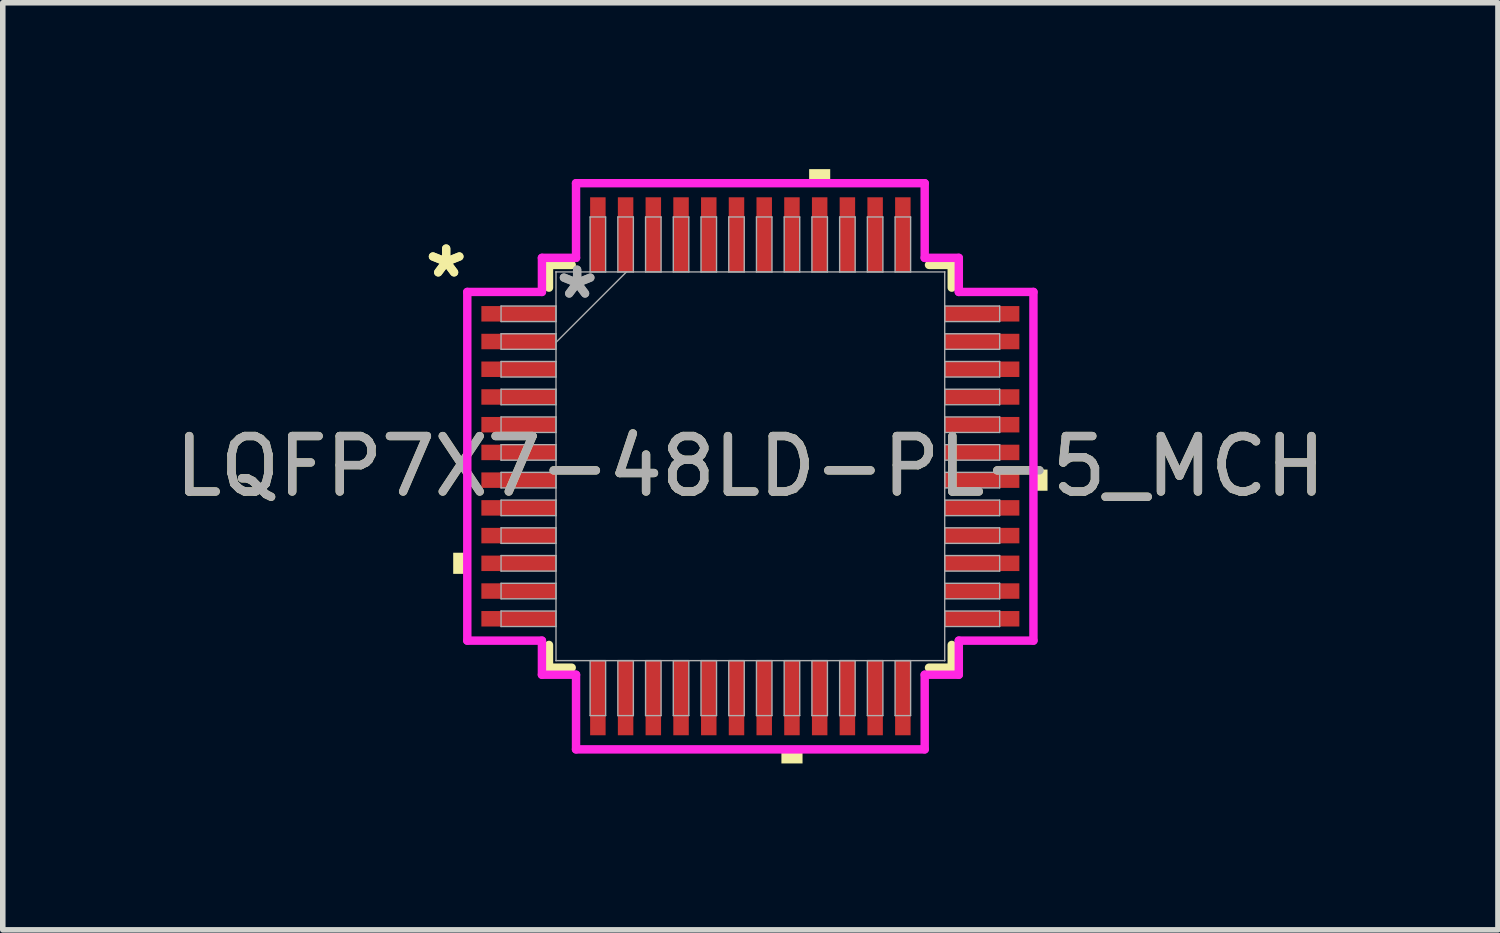
<source format=kicad_pcb>
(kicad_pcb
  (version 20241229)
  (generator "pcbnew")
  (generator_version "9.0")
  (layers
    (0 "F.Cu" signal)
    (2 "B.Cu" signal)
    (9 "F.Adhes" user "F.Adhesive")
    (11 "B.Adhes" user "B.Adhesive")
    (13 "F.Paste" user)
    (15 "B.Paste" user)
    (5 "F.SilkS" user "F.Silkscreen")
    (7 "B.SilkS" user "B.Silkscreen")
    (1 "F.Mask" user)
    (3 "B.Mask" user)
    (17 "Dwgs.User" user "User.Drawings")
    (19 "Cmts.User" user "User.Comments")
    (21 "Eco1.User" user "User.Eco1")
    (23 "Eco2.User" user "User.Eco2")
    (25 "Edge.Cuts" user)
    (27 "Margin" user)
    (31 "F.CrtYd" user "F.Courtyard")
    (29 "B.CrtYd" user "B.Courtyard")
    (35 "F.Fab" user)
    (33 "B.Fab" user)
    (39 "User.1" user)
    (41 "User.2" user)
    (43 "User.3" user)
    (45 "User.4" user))
  (footprint "LQFP7X7-48LD-PL-5_MCH"
    (layer "F.Cu")
    (at 10.482 5.359)
    (property "Reference" "LQFP7X7-48LD-PL-5_MCH" (at 0 0 0) (unlocked yes) (layer "F.SilkS") (effects (font (size 1 1) (thickness 0.15))))
    (attr smd)
    (fp_line (start -3.632 -3.632) (end -3.632 -3.222) (stroke (width 0.152) (type solid)) (layer "F.SilkS"))
    (fp_line (start -3.632 3.222) (end -3.632 3.632) (stroke (width 0.152) (type solid)) (layer "F.SilkS"))
    (fp_line (start -3.632 3.632) (end -3.222 3.632) (stroke (width 0.152) (type solid)) (layer "F.SilkS"))
    (fp_line (start -3.222 -3.632) (end -3.632 -3.632) (stroke (width 0.152) (type solid)) (layer "F.SilkS"))
    (fp_line (start 3.222 3.632) (end 3.632 3.632) (stroke (width 0.152) (type solid)) (layer "F.SilkS"))
    (fp_line (start 3.632 -3.632) (end 3.222 -3.632) (stroke (width 0.152) (type solid)) (layer "F.SilkS"))
    (fp_line (start 3.632 -3.222) (end 3.632 -3.632) (stroke (width 0.152) (type solid)) (layer "F.SilkS"))
    (fp_line (start 3.632 3.632) (end 3.632 3.222) (stroke (width 0.152) (type solid)) (layer "F.SilkS"))
    (fp_poly (pts (xy -5.359 1.559) (xy -5.359 1.94) (xy -5.105 1.94) (xy -5.105 1.559)) (stroke (width 0) (type solid)) (fill yes) (layer "F.SilkS"))
    (fp_poly (pts (xy 0.56 5.105) (xy 0.56 5.359) (xy 0.941 5.359) (xy 0.941 5.105)) (stroke (width 0) (type solid)) (fill yes) (layer "F.SilkS"))
    (fp_poly (pts (xy 1.06 -5.105) (xy 1.06 -5.359) (xy 1.44 -5.359) (xy 1.44 -5.105)) (stroke (width 0) (type solid)) (fill yes) (layer "F.SilkS"))
    (fp_poly (pts (xy 5.359 0.059) (xy 5.359 0.441) (xy 5.105 0.441) (xy 5.105 0.059)) (stroke (width 0) (type solid)) (fill yes) (layer "F.SilkS"))
    (fp_line (start -5.105 -3.144) (end -3.759 -3.144) (stroke (width 0.152) (type solid)) (layer "F.CrtYd"))
    (fp_line (start -5.105 3.144) (end -5.105 -3.144) (stroke (width 0.152) (type solid)) (layer "F.CrtYd"))
    (fp_line (start -3.759 -3.759) (end -3.144 -3.759) (stroke (width 0.152) (type solid)) (layer "F.CrtYd"))
    (fp_line (start -3.759 -3.144) (end -3.759 -3.759) (stroke (width 0.152) (type solid)) (layer "F.CrtYd"))
    (fp_line (start -3.759 3.144) (end -5.105 3.144) (stroke (width 0.152) (type solid)) (layer "F.CrtYd"))
    (fp_line (start -3.759 3.759) (end -3.759 3.144) (stroke (width 0.152) (type solid)) (layer "F.CrtYd"))
    (fp_line (start -3.759 3.759) (end -3.144 3.759) (stroke (width 0.152) (type solid)) (layer "F.CrtYd"))
    (fp_line (start -3.144 -5.105) (end 3.144 -5.105) (stroke (width 0.152) (type solid)) (layer "F.CrtYd"))
    (fp_line (start -3.144 -3.759) (end -3.144 -5.105) (stroke (width 0.152) (type solid)) (layer "F.CrtYd"))
    (fp_line (start -3.144 3.759) (end -3.144 5.105) (stroke (width 0.152) (type solid)) (layer "F.CrtYd"))
    (fp_line (start -3.144 5.105) (end 3.144 5.105) (stroke (width 0.152) (type solid)) (layer "F.CrtYd"))
    (fp_line (start 3.144 -5.105) (end 3.144 -3.759) (stroke (width 0.152) (type solid)) (layer "F.CrtYd"))
    (fp_line (start 3.144 -3.759) (end 3.759 -3.759) (stroke (width 0.152) (type solid)) (layer "F.CrtYd"))
    (fp_line (start 3.144 3.759) (end 3.759 3.759) (stroke (width 0.152) (type solid)) (layer "F.CrtYd"))
    (fp_line (start 3.144 5.105) (end 3.144 3.759) (stroke (width 0.152) (type solid)) (layer "F.CrtYd"))
    (fp_line (start 3.759 -3.144) (end 3.759 -3.759) (stroke (width 0.152) (type solid)) (layer "F.CrtYd"))
    (fp_line (start 3.759 3.144) (end 5.105 3.144) (stroke (width 0.152) (type solid)) (layer "F.CrtYd"))
    (fp_line (start 3.759 3.759) (end 3.759 3.144) (stroke (width 0.152) (type solid)) (layer "F.CrtYd"))
    (fp_line (start 5.105 -3.144) (end 3.759 -3.144) (stroke (width 0.152) (type solid)) (layer "F.CrtYd"))
    (fp_line (start 5.105 3.144) (end 5.105 -3.144) (stroke (width 0.152) (type solid)) (layer "F.CrtYd"))
    (fp_line (start -4.496 -2.89) (end -4.496 -2.61) (stroke (width 0.025) (type solid)) (layer "F.Fab"))
    (fp_line (start -4.496 -2.61) (end -3.505 -2.61) (stroke (width 0.025) (type solid)) (layer "F.Fab"))
    (fp_line (start -4.496 -2.39) (end -4.496 -2.11) (stroke (width 0.025) (type solid)) (layer "F.Fab"))
    (fp_line (start -4.496 -2.11) (end -3.505 -2.11) (stroke (width 0.025) (type solid)) (layer "F.Fab"))
    (fp_line (start -4.496 -1.89) (end -4.496 -1.61) (stroke (width 0.025) (type solid)) (layer "F.Fab"))
    (fp_line (start -4.496 -1.61) (end -3.505 -1.61) (stroke (width 0.025) (type solid)) (layer "F.Fab"))
    (fp_line (start -4.496 -1.39) (end -4.496 -1.11) (stroke (width 0.025) (type solid)) (layer "F.Fab"))
    (fp_line (start -4.496 -1.11) (end -3.505 -1.11) (stroke (width 0.025) (type solid)) (layer "F.Fab"))
    (fp_line (start -4.496 -0.89) (end -4.496 -0.61) (stroke (width 0.025) (type solid)) (layer "F.Fab"))
    (fp_line (start -4.496 -0.61) (end -3.505 -0.61) (stroke (width 0.025) (type solid)) (layer "F.Fab"))
    (fp_line (start -4.496 -0.39) (end -4.496 -0.11) (stroke (width 0.025) (type solid)) (layer "F.Fab"))
    (fp_line (start -4.496 -0.11) (end -3.505 -0.11) (stroke (width 0.025) (type solid)) (layer "F.Fab"))
    (fp_line (start -4.496 0.11) (end -4.496 0.39) (stroke (width 0.025) (type solid)) (layer "F.Fab"))
    (fp_line (start -4.496 0.39) (end -3.505 0.39) (stroke (width 0.025) (type solid)) (layer "F.Fab"))
    (fp_line (start -4.496 0.61) (end -4.496 0.89) (stroke (width 0.025) (type solid)) (layer "F.Fab"))
    (fp_line (start -4.496 0.89) (end -3.505 0.89) (stroke (width 0.025) (type solid)) (layer "F.Fab"))
    (fp_line (start -4.496 1.11) (end -4.496 1.39) (stroke (width 0.025) (type solid)) (layer "F.Fab"))
    (fp_line (start -4.496 1.39) (end -3.505 1.39) (stroke (width 0.025) (type solid)) (layer "F.Fab"))
    (fp_line (start -4.496 1.61) (end -4.496 1.89) (stroke (width 0.025) (type solid)) (layer "F.Fab"))
    (fp_line (start -4.496 1.89) (end -3.505 1.89) (stroke (width 0.025) (type solid)) (layer "F.Fab"))
    (fp_line (start -4.496 2.11) (end -4.496 2.39) (stroke (width 0.025) (type solid)) (layer "F.Fab"))
    (fp_line (start -4.496 2.39) (end -3.505 2.39) (stroke (width 0.025) (type solid)) (layer "F.Fab"))
    (fp_line (start -4.496 2.61) (end -4.496 2.89) (stroke (width 0.025) (type solid)) (layer "F.Fab"))
    (fp_line (start -4.496 2.89) (end -3.505 2.89) (stroke (width 0.025) (type solid)) (layer "F.Fab"))
    (fp_line (start -3.505 -3.505) (end -3.505 -3.505) (stroke (width 0.025) (type solid)) (layer "F.Fab"))
    (fp_line (start -3.505 -3.505) (end -3.505 3.505) (stroke (width 0.025) (type solid)) (layer "F.Fab"))
    (fp_line (start -3.505 -2.89) (end -4.496 -2.89) (stroke (width 0.025) (type solid)) (layer "F.Fab"))
    (fp_line (start -3.505 -2.61) (end -3.505 -2.89) (stroke (width 0.025) (type solid)) (layer "F.Fab"))
    (fp_line (start -3.505 -2.39) (end -4.496 -2.39) (stroke (width 0.025) (type solid)) (layer "F.Fab"))
    (fp_line (start -3.505 -2.235) (end -2.235 -3.505) (stroke (width 0.025) (type solid)) (layer "F.Fab"))
    (fp_line (start -3.505 -2.11) (end -3.505 -2.39) (stroke (width 0.025) (type solid)) (layer "F.Fab"))
    (fp_line (start -3.505 -1.89) (end -4.496 -1.89) (stroke (width 0.025) (type solid)) (layer "F.Fab"))
    (fp_line (start -3.505 -1.61) (end -3.505 -1.89) (stroke (width 0.025) (type solid)) (layer "F.Fab"))
    (fp_line (start -3.505 -1.39) (end -4.496 -1.39) (stroke (width 0.025) (type solid)) (layer "F.Fab"))
    (fp_line (start -3.505 -1.11) (end -3.505 -1.39) (stroke (width 0.025) (type solid)) (layer "F.Fab"))
    (fp_line (start -3.505 -0.89) (end -4.496 -0.89) (stroke (width 0.025) (type solid)) (layer "F.Fab"))
    (fp_line (start -3.505 -0.61) (end -3.505 -0.89) (stroke (width 0.025) (type solid)) (layer "F.Fab"))
    (fp_line (start -3.505 -0.39) (end -4.496 -0.39) (stroke (width 0.025) (type solid)) (layer "F.Fab"))
    (fp_line (start -3.505 -0.11) (end -3.505 -0.39) (stroke (width 0.025) (type solid)) (layer "F.Fab"))
    (fp_line (start -3.505 0.11) (end -4.496 0.11) (stroke (width 0.025) (type solid)) (layer "F.Fab"))
    (fp_line (start -3.505 0.39) (end -3.505 0.11) (stroke (width 0.025) (type solid)) (layer "F.Fab"))
    (fp_line (start -3.505 0.61) (end -4.496 0.61) (stroke (width 0.025) (type solid)) (layer "F.Fab"))
    (fp_line (start -3.505 0.89) (end -3.505 0.61) (stroke (width 0.025) (type solid)) (layer "F.Fab"))
    (fp_line (start -3.505 1.11) (end -4.496 1.11) (stroke (width 0.025) (type solid)) (layer "F.Fab"))
    (fp_line (start -3.505 1.39) (end -3.505 1.11) (stroke (width 0.025) (type solid)) (layer "F.Fab"))
    (fp_line (start -3.505 1.61) (end -4.496 1.61) (stroke (width 0.025) (type solid)) (layer "F.Fab"))
    (fp_line (start -3.505 1.89) (end -3.505 1.61) (stroke (width 0.025) (type solid)) (layer "F.Fab"))
    (fp_line (start -3.505 2.11) (end -4.496 2.11) (stroke (width 0.025) (type solid)) (layer "F.Fab"))
    (fp_line (start -3.505 2.39) (end -3.505 2.11) (stroke (width 0.025) (type solid)) (layer "F.Fab"))
    (fp_line (start -3.505 2.61) (end -4.496 2.61) (stroke (width 0.025) (type solid)) (layer "F.Fab"))
    (fp_line (start -3.505 2.89) (end -3.505 2.61) (stroke (width 0.025) (type solid)) (layer "F.Fab"))
    (fp_line (start -3.505 3.505) (end -3.505 3.505) (stroke (width 0.025) (type solid)) (layer "F.Fab"))
    (fp_line (start -3.505 3.505) (end 3.505 3.505) (stroke (width 0.025) (type solid)) (layer "F.Fab"))
    (fp_line (start -2.89 -4.496) (end -2.89 -3.505) (stroke (width 0.025) (type solid)) (layer "F.Fab"))
    (fp_line (start -2.89 -3.505) (end -2.61 -3.505) (stroke (width 0.025) (type solid)) (layer "F.Fab"))
    (fp_line (start -2.89 3.505) (end -2.89 4.496) (stroke (width 0.025) (type solid)) (layer "F.Fab"))
    (fp_line (start -2.89 4.496) (end -2.61 4.496) (stroke (width 0.025) (type solid)) (layer "F.Fab"))
    (fp_line (start -2.61 -4.496) (end -2.89 -4.496) (stroke (width 0.025) (type solid)) (layer "F.Fab"))
    (fp_line (start -2.61 -3.505) (end -2.61 -4.496) (stroke (width 0.025) (type solid)) (layer "F.Fab"))
    (fp_line (start -2.61 3.505) (end -2.89 3.505) (stroke (width 0.025) (type solid)) (layer "F.Fab"))
    (fp_line (start -2.61 4.496) (end -2.61 3.505) (stroke (width 0.025) (type solid)) (layer "F.Fab"))
    (fp_line (start -2.39 -4.496) (end -2.39 -3.505) (stroke (width 0.025) (type solid)) (layer "F.Fab"))
    (fp_line (start -2.39 -3.505) (end -2.11 -3.505) (stroke (width 0.025) (type solid)) (layer "F.Fab"))
    (fp_line (start -2.39 3.505) (end -2.39 4.496) (stroke (width 0.025) (type solid)) (layer "F.Fab"))
    (fp_line (start -2.39 4.496) (end -2.11 4.496) (stroke (width 0.025) (type solid)) (layer "F.Fab"))
    (fp_line (start -2.11 -4.496) (end -2.39 -4.496) (stroke (width 0.025) (type solid)) (layer "F.Fab"))
    (fp_line (start -2.11 -3.505) (end -2.11 -4.496) (stroke (width 0.025) (type solid)) (layer "F.Fab"))
    (fp_line (start -2.11 3.505) (end -2.39 3.505) (stroke (width 0.025) (type solid)) (layer "F.Fab"))
    (fp_line (start -2.11 4.496) (end -2.11 3.505) (stroke (width 0.025) (type solid)) (layer "F.Fab"))
    (fp_line (start -1.89 -4.496) (end -1.89 -3.505) (stroke (width 0.025) (type solid)) (layer "F.Fab"))
    (fp_line (start -1.89 -3.505) (end -1.61 -3.505) (stroke (width 0.025) (type solid)) (layer "F.Fab"))
    (fp_line (start -1.89 3.505) (end -1.89 4.496) (stroke (width 0.025) (type solid)) (layer "F.Fab"))
    (fp_line (start -1.89 4.496) (end -1.61 4.496) (stroke (width 0.025) (type solid)) (layer "F.Fab"))
    (fp_line (start -1.61 -4.496) (end -1.89 -4.496) (stroke (width 0.025) (type solid)) (layer "F.Fab"))
    (fp_line (start -1.61 -3.505) (end -1.61 -4.496) (stroke (width 0.025) (type solid)) (layer "F.Fab"))
    (fp_line (start -1.61 3.505) (end -1.89 3.505) (stroke (width 0.025) (type solid)) (layer "F.Fab"))
    (fp_line (start -1.61 4.496) (end -1.61 3.505) (stroke (width 0.025) (type solid)) (layer "F.Fab"))
    (fp_line (start -1.39 -4.496) (end -1.39 -3.505) (stroke (width 0.025) (type solid)) (layer "F.Fab"))
    (fp_line (start -1.39 -3.505) (end -1.11 -3.505) (stroke (width 0.025) (type solid)) (layer "F.Fab"))
    (fp_line (start -1.39 3.505) (end -1.39 4.496) (stroke (width 0.025) (type solid)) (layer "F.Fab"))
    (fp_line (start -1.39 4.496) (end -1.11 4.496) (stroke (width 0.025) (type solid)) (layer "F.Fab"))
    (fp_line (start -1.11 -4.496) (end -1.39 -4.496) (stroke (width 0.025) (type solid)) (layer "F.Fab"))
    (fp_line (start -1.11 -3.505) (end -1.11 -4.496) (stroke (width 0.025) (type solid)) (layer "F.Fab"))
    (fp_line (start -1.11 3.505) (end -1.39 3.505) (stroke (width 0.025) (type solid)) (layer "F.Fab"))
    (fp_line (start -1.11 4.496) (end -1.11 3.505) (stroke (width 0.025) (type solid)) (layer "F.Fab"))
    (fp_line (start -0.89 -4.496) (end -0.89 -3.505) (stroke (width 0.025) (type solid)) (layer "F.Fab"))
    (fp_line (start -0.89 -3.505) (end -0.61 -3.505) (stroke (width 0.025) (type solid)) (layer "F.Fab"))
    (fp_line (start -0.89 3.505) (end -0.89 4.496) (stroke (width 0.025) (type solid)) (layer "F.Fab"))
    (fp_line (start -0.89 4.496) (end -0.61 4.496) (stroke (width 0.025) (type solid)) (layer "F.Fab"))
    (fp_line (start -0.61 -4.496) (end -0.89 -4.496) (stroke (width 0.025) (type solid)) (layer "F.Fab"))
    (fp_line (start -0.61 -3.505) (end -0.61 -4.496) (stroke (width 0.025) (type solid)) (layer "F.Fab"))
    (fp_line (start -0.61 3.505) (end -0.89 3.505) (stroke (width 0.025) (type solid)) (layer "F.Fab"))
    (fp_line (start -0.61 4.496) (end -0.61 3.505) (stroke (width 0.025) (type solid)) (layer "F.Fab"))
    (fp_line (start -0.39 -4.496) (end -0.39 -3.505) (stroke (width 0.025) (type solid)) (layer "F.Fab"))
    (fp_line (start -0.39 -3.505) (end -0.11 -3.505) (stroke (width 0.025) (type solid)) (layer "F.Fab"))
    (fp_line (start -0.39 3.505) (end -0.39 4.496) (stroke (width 0.025) (type solid)) (layer "F.Fab"))
    (fp_line (start -0.39 4.496) (end -0.11 4.496) (stroke (width 0.025) (type solid)) (layer "F.Fab"))
    (fp_line (start -0.11 -4.496) (end -0.39 -4.496) (stroke (width 0.025) (type solid)) (layer "F.Fab"))
    (fp_line (start -0.11 -3.505) (end -0.11 -4.496) (stroke (width 0.025) (type solid)) (layer "F.Fab"))
    (fp_line (start -0.11 3.505) (end -0.39 3.505) (stroke (width 0.025) (type solid)) (layer "F.Fab"))
    (fp_line (start -0.11 4.496) (end -0.11 3.505) (stroke (width 0.025) (type solid)) (layer "F.Fab"))
    (fp_line (start 0.11 -4.496) (end 0.11 -3.505) (stroke (width 0.025) (type solid)) (layer "F.Fab"))
    (fp_line (start 0.11 -3.505) (end 0.39 -3.505) (stroke (width 0.025) (type solid)) (layer "F.Fab"))
    (fp_line (start 0.11 3.505) (end 0.11 4.496) (stroke (width 0.025) (type solid)) (layer "F.Fab"))
    (fp_line (start 0.11 4.496) (end 0.39 4.496) (stroke (width 0.025) (type solid)) (layer "F.Fab"))
    (fp_line (start 0.39 -4.496) (end 0.11 -4.496) (stroke (width 0.025) (type solid)) (layer "F.Fab"))
    (fp_line (start 0.39 -3.505) (end 0.39 -4.496) (stroke (width 0.025) (type solid)) (layer "F.Fab"))
    (fp_line (start 0.39 3.505) (end 0.11 3.505) (stroke (width 0.025) (type solid)) (layer "F.Fab"))
    (fp_line (start 0.39 4.496) (end 0.39 3.505) (stroke (width 0.025) (type solid)) (layer "F.Fab"))
    (fp_line (start 0.61 -4.496) (end 0.61 -3.505) (stroke (width 0.025) (type solid)) (layer "F.Fab"))
    (fp_line (start 0.61 -3.505) (end 0.89 -3.505) (stroke (width 0.025) (type solid)) (layer "F.Fab"))
    (fp_line (start 0.61 3.505) (end 0.61 4.496) (stroke (width 0.025) (type solid)) (layer "F.Fab"))
    (fp_line (start 0.61 4.496) (end 0.89 4.496) (stroke (width 0.025) (type solid)) (layer "F.Fab"))
    (fp_line (start 0.89 -4.496) (end 0.61 -4.496) (stroke (width 0.025) (type solid)) (layer "F.Fab"))
    (fp_line (start 0.89 -3.505) (end 0.89 -4.496) (stroke (width 0.025) (type solid)) (layer "F.Fab"))
    (fp_line (start 0.89 3.505) (end 0.61 3.505) (stroke (width 0.025) (type solid)) (layer "F.Fab"))
    (fp_line (start 0.89 4.496) (end 0.89 3.505) (stroke (width 0.025) (type solid)) (layer "F.Fab"))
    (fp_line (start 1.11 -4.496) (end 1.11 -3.505) (stroke (width 0.025) (type solid)) (layer "F.Fab"))
    (fp_line (start 1.11 -3.505) (end 1.39 -3.505) (stroke (width 0.025) (type solid)) (layer "F.Fab"))
    (fp_line (start 1.11 3.505) (end 1.11 4.496) (stroke (width 0.025) (type solid)) (layer "F.Fab"))
    (fp_line (start 1.11 4.496) (end 1.39 4.496) (stroke (width 0.025) (type solid)) (layer "F.Fab"))
    (fp_line (start 1.39 -4.496) (end 1.11 -4.496) (stroke (width 0.025) (type solid)) (layer "F.Fab"))
    (fp_line (start 1.39 -3.505) (end 1.39 -4.496) (stroke (width 0.025) (type solid)) (layer "F.Fab"))
    (fp_line (start 1.39 3.505) (end 1.11 3.505) (stroke (width 0.025) (type solid)) (layer "F.Fab"))
    (fp_line (start 1.39 4.496) (end 1.39 3.505) (stroke (width 0.025) (type solid)) (layer "F.Fab"))
    (fp_line (start 1.61 -4.496) (end 1.61 -3.505) (stroke (width 0.025) (type solid)) (layer "F.Fab"))
    (fp_line (start 1.61 -3.505) (end 1.89 -3.505) (stroke (width 0.025) (type solid)) (layer "F.Fab"))
    (fp_line (start 1.61 3.505) (end 1.61 4.496) (stroke (width 0.025) (type solid)) (layer "F.Fab"))
    (fp_line (start 1.61 4.496) (end 1.89 4.496) (stroke (width 0.025) (type solid)) (layer "F.Fab"))
    (fp_line (start 1.89 -4.496) (end 1.61 -4.496) (stroke (width 0.025) (type solid)) (layer "F.Fab"))
    (fp_line (start 1.89 -3.505) (end 1.89 -4.496) (stroke (width 0.025) (type solid)) (layer "F.Fab"))
    (fp_line (start 1.89 3.505) (end 1.61 3.505) (stroke (width 0.025) (type solid)) (layer "F.Fab"))
    (fp_line (start 1.89 4.496) (end 1.89 3.505) (stroke (width 0.025) (type solid)) (layer "F.Fab"))
    (fp_line (start 2.11 -4.496) (end 2.11 -3.505) (stroke (width 0.025) (type solid)) (layer "F.Fab"))
    (fp_line (start 2.11 -3.505) (end 2.39 -3.505) (stroke (width 0.025) (type solid)) (layer "F.Fab"))
    (fp_line (start 2.11 3.505) (end 2.11 4.496) (stroke (width 0.025) (type solid)) (layer "F.Fab"))
    (fp_line (start 2.11 4.496) (end 2.39 4.496) (stroke (width 0.025) (type solid)) (layer "F.Fab"))
    (fp_line (start 2.39 -4.496) (end 2.11 -4.496) (stroke (width 0.025) (type solid)) (layer "F.Fab"))
    (fp_line (start 2.39 -3.505) (end 2.39 -4.496) (stroke (width 0.025) (type solid)) (layer "F.Fab"))
    (fp_line (start 2.39 3.505) (end 2.11 3.505) (stroke (width 0.025) (type solid)) (layer "F.Fab"))
    (fp_line (start 2.39 4.496) (end 2.39 3.505) (stroke (width 0.025) (type solid)) (layer "F.Fab"))
    (fp_line (start 2.61 -4.496) (end 2.61 -3.505) (stroke (width 0.025) (type solid)) (layer "F.Fab"))
    (fp_line (start 2.61 -3.505) (end 2.89 -3.505) (stroke (width 0.025) (type solid)) (layer "F.Fab"))
    (fp_line (start 2.61 3.505) (end 2.61 4.496) (stroke (width 0.025) (type solid)) (layer "F.Fab"))
    (fp_line (start 2.61 4.496) (end 2.89 4.496) (stroke (width 0.025) (type solid)) (layer "F.Fab"))
    (fp_line (start 2.89 -4.496) (end 2.61 -4.496) (stroke (width 0.025) (type solid)) (layer "F.Fab"))
    (fp_line (start 2.89 -3.505) (end 2.89 -4.496) (stroke (width 0.025) (type solid)) (layer "F.Fab"))
    (fp_line (start 2.89 3.505) (end 2.61 3.505) (stroke (width 0.025) (type solid)) (layer "F.Fab"))
    (fp_line (start 2.89 4.496) (end 2.89 3.505) (stroke (width 0.025) (type solid)) (layer "F.Fab"))
    (fp_line (start 3.505 -3.505) (end -3.505 -3.505) (stroke (width 0.025) (type solid)) (layer "F.Fab"))
    (fp_line (start 3.505 -3.505) (end 3.505 -3.505) (stroke (width 0.025) (type solid)) (layer "F.Fab"))
    (fp_line (start 3.505 -2.89) (end 3.505 -2.61) (stroke (width 0.025) (type solid)) (layer "F.Fab"))
    (fp_line (start 3.505 -2.61) (end 4.496 -2.61) (stroke (width 0.025) (type solid)) (layer "F.Fab"))
    (fp_line (start 3.505 -2.39) (end 3.505 -2.11) (stroke (width 0.025) (type solid)) (layer "F.Fab"))
    (fp_line (start 3.505 -2.11) (end 4.496 -2.11) (stroke (width 0.025) (type solid)) (layer "F.Fab"))
    (fp_line (start 3.505 -1.89) (end 3.505 -1.61) (stroke (width 0.025) (type solid)) (layer "F.Fab"))
    (fp_line (start 3.505 -1.61) (end 4.496 -1.61) (stroke (width 0.025) (type solid)) (layer "F.Fab"))
    (fp_line (start 3.505 -1.39) (end 3.505 -1.11) (stroke (width 0.025) (type solid)) (layer "F.Fab"))
    (fp_line (start 3.505 -1.11) (end 4.496 -1.11) (stroke (width 0.025) (type solid)) (layer "F.Fab"))
    (fp_line (start 3.505 -0.89) (end 3.505 -0.61) (stroke (width 0.025) (type solid)) (layer "F.Fab"))
    (fp_line (start 3.505 -0.61) (end 4.496 -0.61) (stroke (width 0.025) (type solid)) (layer "F.Fab"))
    (fp_line (start 3.505 -0.39) (end 3.505 -0.11) (stroke (width 0.025) (type solid)) (layer "F.Fab"))
    (fp_line (start 3.505 -0.11) (end 4.496 -0.11) (stroke (width 0.025) (type solid)) (layer "F.Fab"))
    (fp_line (start 3.505 0.11) (end 3.505 0.39) (stroke (width 0.025) (type solid)) (layer "F.Fab"))
    (fp_line (start 3.505 0.39) (end 4.496 0.39) (stroke (width 0.025) (type solid)) (layer "F.Fab"))
    (fp_line (start 3.505 0.61) (end 3.505 0.89) (stroke (width 0.025) (type solid)) (layer "F.Fab"))
    (fp_line (start 3.505 0.89) (end 4.496 0.89) (stroke (width 0.025) (type solid)) (layer "F.Fab"))
    (fp_line (start 3.505 1.11) (end 3.505 1.39) (stroke (width 0.025) (type solid)) (layer "F.Fab"))
    (fp_line (start 3.505 1.39) (end 4.496 1.39) (stroke (width 0.025) (type solid)) (layer "F.Fab"))
    (fp_line (start 3.505 1.61) (end 3.505 1.89) (stroke (width 0.025) (type solid)) (layer "F.Fab"))
    (fp_line (start 3.505 1.89) (end 4.496 1.89) (stroke (width 0.025) (type solid)) (layer "F.Fab"))
    (fp_line (start 3.505 2.11) (end 3.505 2.39) (stroke (width 0.025) (type solid)) (layer "F.Fab"))
    (fp_line (start 3.505 2.39) (end 4.496 2.39) (stroke (width 0.025) (type solid)) (layer "F.Fab"))
    (fp_line (start 3.505 2.61) (end 3.505 2.89) (stroke (width 0.025) (type solid)) (layer "F.Fab"))
    (fp_line (start 3.505 2.89) (end 4.496 2.89) (stroke (width 0.025) (type solid)) (layer "F.Fab"))
    (fp_line (start 3.505 3.505) (end 3.505 -3.505) (stroke (width 0.025) (type solid)) (layer "F.Fab"))
    (fp_line (start 3.505 3.505) (end 3.505 3.505) (stroke (width 0.025) (type solid)) (layer "F.Fab"))
    (fp_line (start 4.496 -2.89) (end 3.505 -2.89) (stroke (width 0.025) (type solid)) (layer "F.Fab"))
    (fp_line (start 4.496 -2.61) (end 4.496 -2.89) (stroke (width 0.025) (type solid)) (layer "F.Fab"))
    (fp_line (start 4.496 -2.39) (end 3.505 -2.39) (stroke (width 0.025) (type solid)) (layer "F.Fab"))
    (fp_line (start 4.496 -2.11) (end 4.496 -2.39) (stroke (width 0.025) (type solid)) (layer "F.Fab"))
    (fp_line (start 4.496 -1.89) (end 3.505 -1.89) (stroke (width 0.025) (type solid)) (layer "F.Fab"))
    (fp_line (start 4.496 -1.61) (end 4.496 -1.89) (stroke (width 0.025) (type solid)) (layer "F.Fab"))
    (fp_line (start 4.496 -1.39) (end 3.505 -1.39) (stroke (width 0.025) (type solid)) (layer "F.Fab"))
    (fp_line (start 4.496 -1.11) (end 4.496 -1.39) (stroke (width 0.025) (type solid)) (layer "F.Fab"))
    (fp_line (start 4.496 -0.89) (end 3.505 -0.89) (stroke (width 0.025) (type solid)) (layer "F.Fab"))
    (fp_line (start 4.496 -0.61) (end 4.496 -0.89) (stroke (width 0.025) (type solid)) (layer "F.Fab"))
    (fp_line (start 4.496 -0.39) (end 3.505 -0.39) (stroke (width 0.025) (type solid)) (layer "F.Fab"))
    (fp_line (start 4.496 -0.11) (end 4.496 -0.39) (stroke (width 0.025) (type solid)) (layer "F.Fab"))
    (fp_line (start 4.496 0.11) (end 3.505 0.11) (stroke (width 0.025) (type solid)) (layer "F.Fab"))
    (fp_line (start 4.496 0.39) (end 4.496 0.11) (stroke (width 0.025) (type solid)) (layer "F.Fab"))
    (fp_line (start 4.496 0.61) (end 3.505 0.61) (stroke (width 0.025) (type solid)) (layer "F.Fab"))
    (fp_line (start 4.496 0.89) (end 4.496 0.61) (stroke (width 0.025) (type solid)) (layer "F.Fab"))
    (fp_line (start 4.496 1.11) (end 3.505 1.11) (stroke (width 0.025) (type solid)) (layer "F.Fab"))
    (fp_line (start 4.496 1.39) (end 4.496 1.11) (stroke (width 0.025) (type solid)) (layer "F.Fab"))
    (fp_line (start 4.496 1.61) (end 3.505 1.61) (stroke (width 0.025) (type solid)) (layer "F.Fab"))
    (fp_line (start 4.496 1.89) (end 4.496 1.61) (stroke (width 0.025) (type solid)) (layer "F.Fab"))
    (fp_line (start 4.496 2.11) (end 3.505 2.11) (stroke (width 0.025) (type solid)) (layer "F.Fab"))
    (fp_line (start 4.496 2.39) (end 4.496 2.11) (stroke (width 0.025) (type solid)) (layer "F.Fab"))
    (fp_line (start 4.496 2.61) (end 3.505 2.61) (stroke (width 0.025) (type solid)) (layer "F.Fab"))
    (fp_line (start 4.496 2.89) (end 4.496 2.61) (stroke (width 0.025) (type solid)) (layer "F.Fab"))
    (fp_text user "*" (at -5.486 -3.381 0) (layer "F.SilkS") (effects (font (size 1 1) (thickness 0.15))))
    (fp_text user "*" (at -5.486 -3.381 0) (unlocked yes) (layer "F.SilkS") (effects (font (size 1 1) (thickness 0.15))))
    (fp_text user "*" (at -3.124 -3 0) (unlocked yes) (layer "F.Fab") (effects (font (size 1 1) (thickness 0.15))))
    (fp_text user "*" (at -3.124 -3 0) (layer "F.Fab") (effects (font (size 1 1) (thickness 0.15))))
    (fp_text user "${REFERENCE}" (at 0 0 0) (unlocked yes) (layer "F.Fab") (effects (font (size 1 1) (thickness 0.15))))
    (pad "1" smd rect (at -4.178 -2.75 90) (size 0.279 1.346) (layers "F.Cu" "F.Mask" "F.Paste"))
    (pad "2" smd rect (at -4.178 -2.25 90) (size 0.279 1.346) (layers "F.Cu" "F.Mask" "F.Paste"))
    (pad "3" smd rect (at -4.178 -1.75 90) (size 0.279 1.346) (layers "F.Cu" "F.Mask" "F.Paste"))
    (pad "4" smd rect (at -4.178 -1.25 90) (size 0.279 1.346) (layers "F.Cu" "F.Mask" "F.Paste"))
    (pad "5" smd rect (at -4.178 -0.75 90) (size 0.279 1.346) (layers "F.Cu" "F.Mask" "F.Paste"))
    (pad "6" smd rect (at -4.178 -0.25 90) (size 0.279 1.346) (layers "F.Cu" "F.Mask" "F.Paste"))
    (pad "7" smd rect (at -4.178 0.25 90) (size 0.279 1.346) (layers "F.Cu" "F.Mask" "F.Paste"))
    (pad "8" smd rect (at -4.178 0.75 90) (size 0.279 1.346) (layers "F.Cu" "F.Mask" "F.Paste"))
    (pad "9" smd rect (at -4.178 1.25 90) (size 0.279 1.346) (layers "F.Cu" "F.Mask" "F.Paste"))
    (pad "10" smd rect (at -4.178 1.75 90) (size 0.279 1.346) (layers "F.Cu" "F.Mask" "F.Paste"))
    (pad "11" smd rect (at -4.178 2.25 90) (size 0.279 1.346) (layers "F.Cu" "F.Mask" "F.Paste"))
    (pad "12" smd rect (at -4.178 2.75 90) (size 0.279 1.346) (layers "F.Cu" "F.Mask" "F.Paste"))
    (pad "13" smd rect (at -2.75 4.178) (size 0.279 1.346) (layers "F.Cu" "F.Mask" "F.Paste"))
    (pad "14" smd rect (at -2.25 4.178) (size 0.279 1.346) (layers "F.Cu" "F.Mask" "F.Paste"))
    (pad "15" smd rect (at -1.75 4.178) (size 0.279 1.346) (layers "F.Cu" "F.Mask" "F.Paste"))
    (pad "16" smd rect (at -1.25 4.178) (size 0.279 1.346) (layers "F.Cu" "F.Mask" "F.Paste"))
    (pad "17" smd rect (at -0.75 4.178) (size 0.279 1.346) (layers "F.Cu" "F.Mask" "F.Paste"))
    (pad "18" smd rect (at -0.25 4.178) (size 0.279 1.346) (layers "F.Cu" "F.Mask" "F.Paste"))
    (pad "19" smd rect (at 0.25 4.178) (size 0.279 1.346) (layers "F.Cu" "F.Mask" "F.Paste"))
    (pad "20" smd rect (at 0.75 4.178) (size 0.279 1.346) (layers "F.Cu" "F.Mask" "F.Paste"))
    (pad "21" smd rect (at 1.25 4.178) (size 0.279 1.346) (layers "F.Cu" "F.Mask" "F.Paste"))
    (pad "22" smd rect (at 1.75 4.178) (size 0.279 1.346) (layers "F.Cu" "F.Mask" "F.Paste"))
    (pad "23" smd rect (at 2.25 4.178) (size 0.279 1.346) (layers "F.Cu" "F.Mask" "F.Paste"))
    (pad "24" smd rect (at 2.75 4.178) (size 0.279 1.346) (layers "F.Cu" "F.Mask" "F.Paste"))
    (pad "25" smd rect (at 4.178 2.75 90) (size 0.279 1.346) (layers "F.Cu" "F.Mask" "F.Paste"))
    (pad "26" smd rect (at 4.178 2.25 90) (size 0.279 1.346) (layers "F.Cu" "F.Mask" "F.Paste"))
    (pad "27" smd rect (at 4.178 1.75 90) (size 0.279 1.346) (layers "F.Cu" "F.Mask" "F.Paste"))
    (pad "28" smd rect (at 4.178 1.25 90) (size 0.279 1.346) (layers "F.Cu" "F.Mask" "F.Paste"))
    (pad "29" smd rect (at 4.178 0.75 90) (size 0.279 1.346) (layers "F.Cu" "F.Mask" "F.Paste"))
    (pad "30" smd rect (at 4.178 0.25 90) (size 0.279 1.346) (layers "F.Cu" "F.Mask" "F.Paste"))
    (pad "31" smd rect (at 4.178 -0.25 90) (size 0.279 1.346) (layers "F.Cu" "F.Mask" "F.Paste"))
    (pad "32" smd rect (at 4.178 -0.75 90) (size 0.279 1.346) (layers "F.Cu" "F.Mask" "F.Paste"))
    (pad "33" smd rect (at 4.178 -1.25 90) (size 0.279 1.346) (layers "F.Cu" "F.Mask" "F.Paste"))
    (pad "34" smd rect (at 4.178 -1.75 90) (size 0.279 1.346) (layers "F.Cu" "F.Mask" "F.Paste"))
    (pad "35" smd rect (at 4.178 -2.25 90) (size 0.279 1.346) (layers "F.Cu" "F.Mask" "F.Paste"))
    (pad "36" smd rect (at 4.178 -2.75 90) (size 0.279 1.346) (layers "F.Cu" "F.Mask" "F.Paste"))
    (pad "37" smd rect (at 2.75 -4.178) (size 0.279 1.346) (layers "F.Cu" "F.Mask" "F.Paste"))
    (pad "38" smd rect (at 2.25 -4.178) (size 0.279 1.346) (layers "F.Cu" "F.Mask" "F.Paste"))
    (pad "39" smd rect (at 1.75 -4.178) (size 0.279 1.346) (layers "F.Cu" "F.Mask" "F.Paste"))
    (pad "40" smd rect (at 1.25 -4.178) (size 0.279 1.346) (layers "F.Cu" "F.Mask" "F.Paste"))
    (pad "41" smd rect (at 0.75 -4.178) (size 0.279 1.346) (layers "F.Cu" "F.Mask" "F.Paste"))
    (pad "42" smd rect (at 0.25 -4.178) (size 0.279 1.346) (layers "F.Cu" "F.Mask" "F.Paste"))
    (pad "43" smd rect (at -0.25 -4.178) (size 0.279 1.346) (layers "F.Cu" "F.Mask" "F.Paste"))
    (pad "44" smd rect (at -0.75 -4.178) (size 0.279 1.346) (layers "F.Cu" "F.Mask" "F.Paste"))
    (pad "45" smd rect (at -1.25 -4.178) (size 0.279 1.346) (layers "F.Cu" "F.Mask" "F.Paste"))
    (pad "46" smd rect (at -1.75 -4.178) (size 0.279 1.346) (layers "F.Cu" "F.Mask" "F.Paste"))
    (pad "47" smd rect (at -2.25 -4.178) (size 0.279 1.346) (layers "F.Cu" "F.Mask" "F.Paste"))
    (pad "48" smd rect (at -2.75 -4.178) (size 0.279 1.346) (layers "F.Cu" "F.Mask" "F.Paste")))
  (gr_rect
    (start -3 -3)
    (end 23.964 13.719)
    (stroke (width 0.1) (type default))
    (fill no)
    (layer "Edge.Cuts")))
</source>
